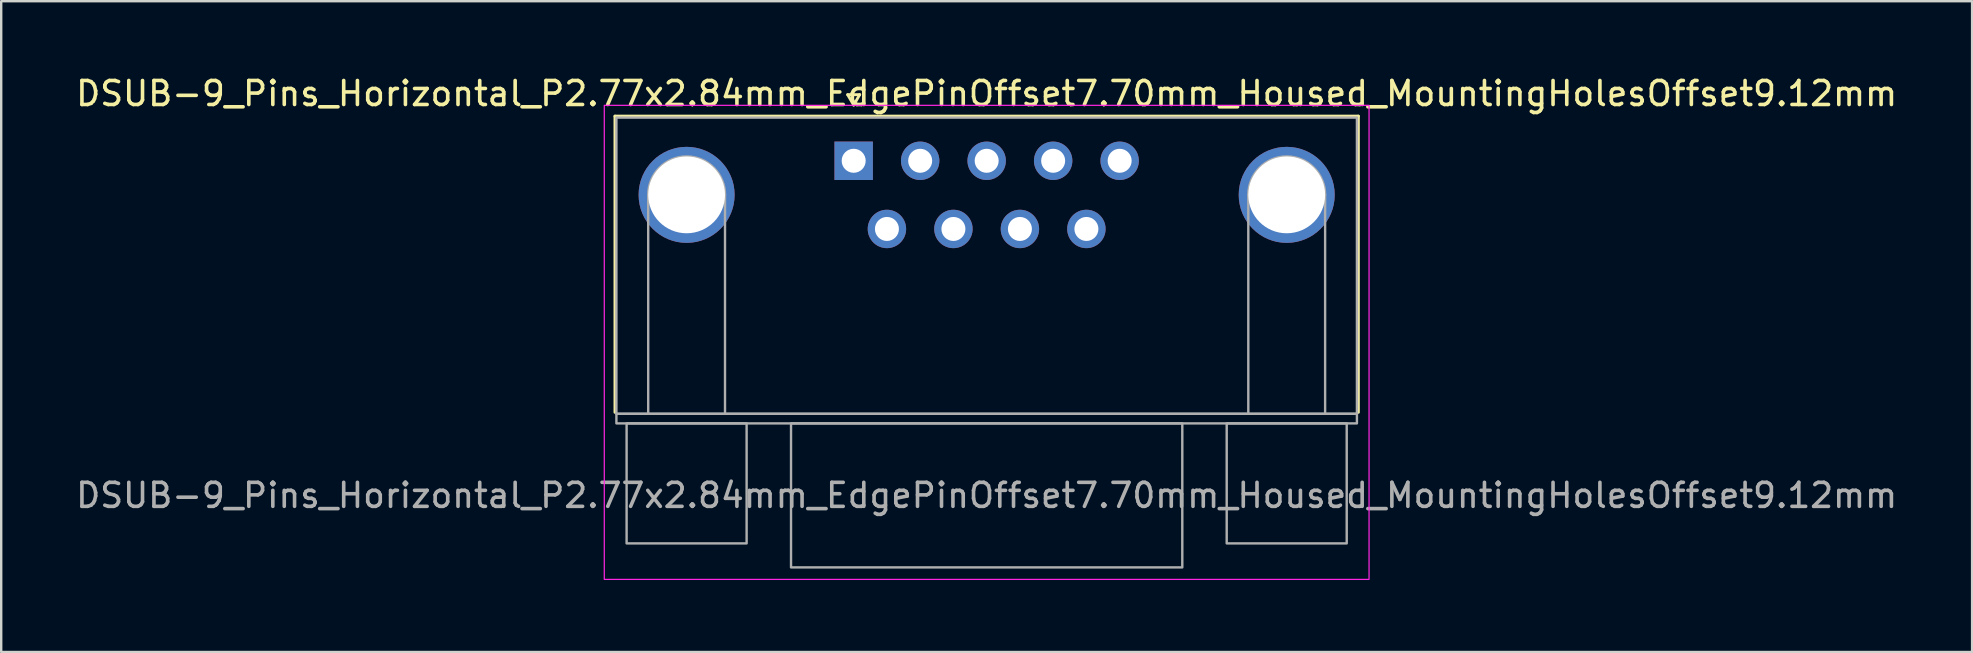
<source format=kicad_pcb>
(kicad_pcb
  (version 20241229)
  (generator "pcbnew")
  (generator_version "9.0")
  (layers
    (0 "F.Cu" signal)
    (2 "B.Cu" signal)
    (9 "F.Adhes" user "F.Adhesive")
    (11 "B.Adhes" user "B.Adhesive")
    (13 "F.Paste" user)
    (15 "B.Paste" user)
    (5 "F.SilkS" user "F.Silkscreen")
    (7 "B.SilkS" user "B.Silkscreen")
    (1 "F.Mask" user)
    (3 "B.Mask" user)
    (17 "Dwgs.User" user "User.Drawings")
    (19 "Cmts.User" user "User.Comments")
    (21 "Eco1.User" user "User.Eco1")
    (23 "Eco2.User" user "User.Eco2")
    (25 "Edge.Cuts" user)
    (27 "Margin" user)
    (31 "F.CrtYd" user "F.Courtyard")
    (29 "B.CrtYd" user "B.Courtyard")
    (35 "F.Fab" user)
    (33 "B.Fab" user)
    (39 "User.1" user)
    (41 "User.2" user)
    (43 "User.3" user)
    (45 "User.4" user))
  (footprint "DSUB-9_Pins_Horizontal_P2.77x2.84mm_EdgePinOffset7.70mm_Housed_MountingHolesOffset9.12mm"
    (layer "F.Cu")
    (at 32.514 3.648)
    (property "Reference" "DSUB-9_Pins_Horizontal_P2.77x2.84mm_EdgePinOffset7.70mm_Housed_MountingHolesOffset9.12mm" (at 5.54 -2.8 0) (layer "F.SilkS") (effects (font (size 1 1) (thickness 0.15))))
    (attr through_hole)
    (fp_line (start -9.945 -1.86) (end 21.025 -1.86) (stroke (width 0.12) (type solid)) (layer "F.SilkS"))
    (fp_line (start -9.945 10.48) (end -9.945 -1.86) (stroke (width 0.12) (type solid)) (layer "F.SilkS"))
    (fp_line (start -0.25 -2.754) (end 0.25 -2.754) (stroke (width 0.12) (type solid)) (layer "F.SilkS"))
    (fp_line (start 0 -2.321) (end -0.25 -2.754) (stroke (width 0.12) (type solid)) (layer "F.SilkS"))
    (fp_line (start 0.25 -2.754) (end 0 -2.321) (stroke (width 0.12) (type solid)) (layer "F.SilkS"))
    (fp_line (start 21.025 -1.86) (end 21.025 10.48) (stroke (width 0.12) (type solid)) (layer "F.SilkS"))
    (fp_rect (start -10.39 -2.31) (end 21.47 17.44) (stroke (width 0.05) (type solid)) (fill no) (layer "F.CrtYd"))
    (fp_line (start -8.56 10.54) (end -8.56 1.42) (stroke (width 0.1) (type solid)) (layer "F.Fab"))
    (fp_line (start -5.36 10.54) (end -5.36 1.42) (stroke (width 0.1) (type solid)) (layer "F.Fab"))
    (fp_line (start 16.44 10.54) (end 16.44 1.42) (stroke (width 0.1) (type solid)) (layer "F.Fab"))
    (fp_line (start 19.64 10.54) (end 19.64 1.42) (stroke (width 0.1) (type solid)) (layer "F.Fab"))
    (fp_rect (start -9.885 -1.8) (end 20.965 10.54) (stroke (width 0.1) (type solid)) (fill no) (layer "F.Fab"))
    (fp_rect (start -9.885 10.54) (end 20.965 10.94) (stroke (width 0.1) (type solid)) (fill no) (layer "F.Fab"))
    (fp_rect (start -9.46 10.94) (end -4.46 15.94) (stroke (width 0.1) (type solid)) (fill no) (layer "F.Fab"))
    (fp_rect (start -2.61 10.94) (end 13.69 16.94) (stroke (width 0.1) (type solid)) (fill no) (layer "F.Fab"))
    (fp_rect (start 15.54 10.94) (end 20.54 15.94) (stroke (width 0.1) (type solid)) (fill no) (layer "F.Fab"))
    (fp_arc (start -8.56 1.42) (mid -6.96 -0.18) (end -5.36 1.42) (stroke (width 0.1) (type solid)) (layer "F.Fab"))
    (fp_arc (start 16.44 1.42) (mid 18.04 -0.18) (end 19.64 1.42) (stroke (width 0.1) (type solid)) (layer "F.Fab"))
    (fp_text user "${REFERENCE}" (at 5.54 13.94 0) (layer "F.Fab") (effects (font (size 1 1) (thickness 0.15))))
    (pad "1" thru_hole rect (at 0 0) (size 1.6 1.6) (drill 1) (layers "*.Cu" "*.Mask"))
    (pad "2" thru_hole circle (at 2.77 0) (size 1.6 1.6) (drill 1) (layers "*.Cu" "*.Mask"))
    (pad "3" thru_hole circle (at 5.54 0) (size 1.6 1.6) (drill 1) (layers "*.Cu" "*.Mask"))
    (pad "4" thru_hole circle (at 8.31 0) (size 1.6 1.6) (drill 1) (layers "*.Cu" "*.Mask"))
    (pad "5" thru_hole circle (at 11.08 0) (size 1.6 1.6) (drill 1) (layers "*.Cu" "*.Mask"))
    (pad "6" thru_hole circle (at 1.385 2.84) (size 1.6 1.6) (drill 1) (layers "*.Cu" "*.Mask"))
    (pad "7" thru_hole circle (at 4.155 2.84) (size 1.6 1.6) (drill 1) (layers "*.Cu" "*.Mask"))
    (pad "8" thru_hole circle (at 6.925 2.84) (size 1.6 1.6) (drill 1) (layers "*.Cu" "*.Mask"))
    (pad "9" thru_hole circle (at 9.695 2.84) (size 1.6 1.6) (drill 1) (layers "*.Cu" "*.Mask"))
    (pad "SH" thru_hole circle (at -6.96 1.42) (size 4 4) (drill 3.2) (layers "*.Cu" "*.Mask"))
    (pad "SH" thru_hole circle (at 18.04 1.42) (size 4 4) (drill 3.2) (layers "*.Cu" "*.Mask")))
  (gr_rect
    (start -3 -3)
    (end 79.107 24.113)
    (stroke (width 0.1) (type default))
    (fill no)
    (layer "Edge.Cuts")))
</source>
